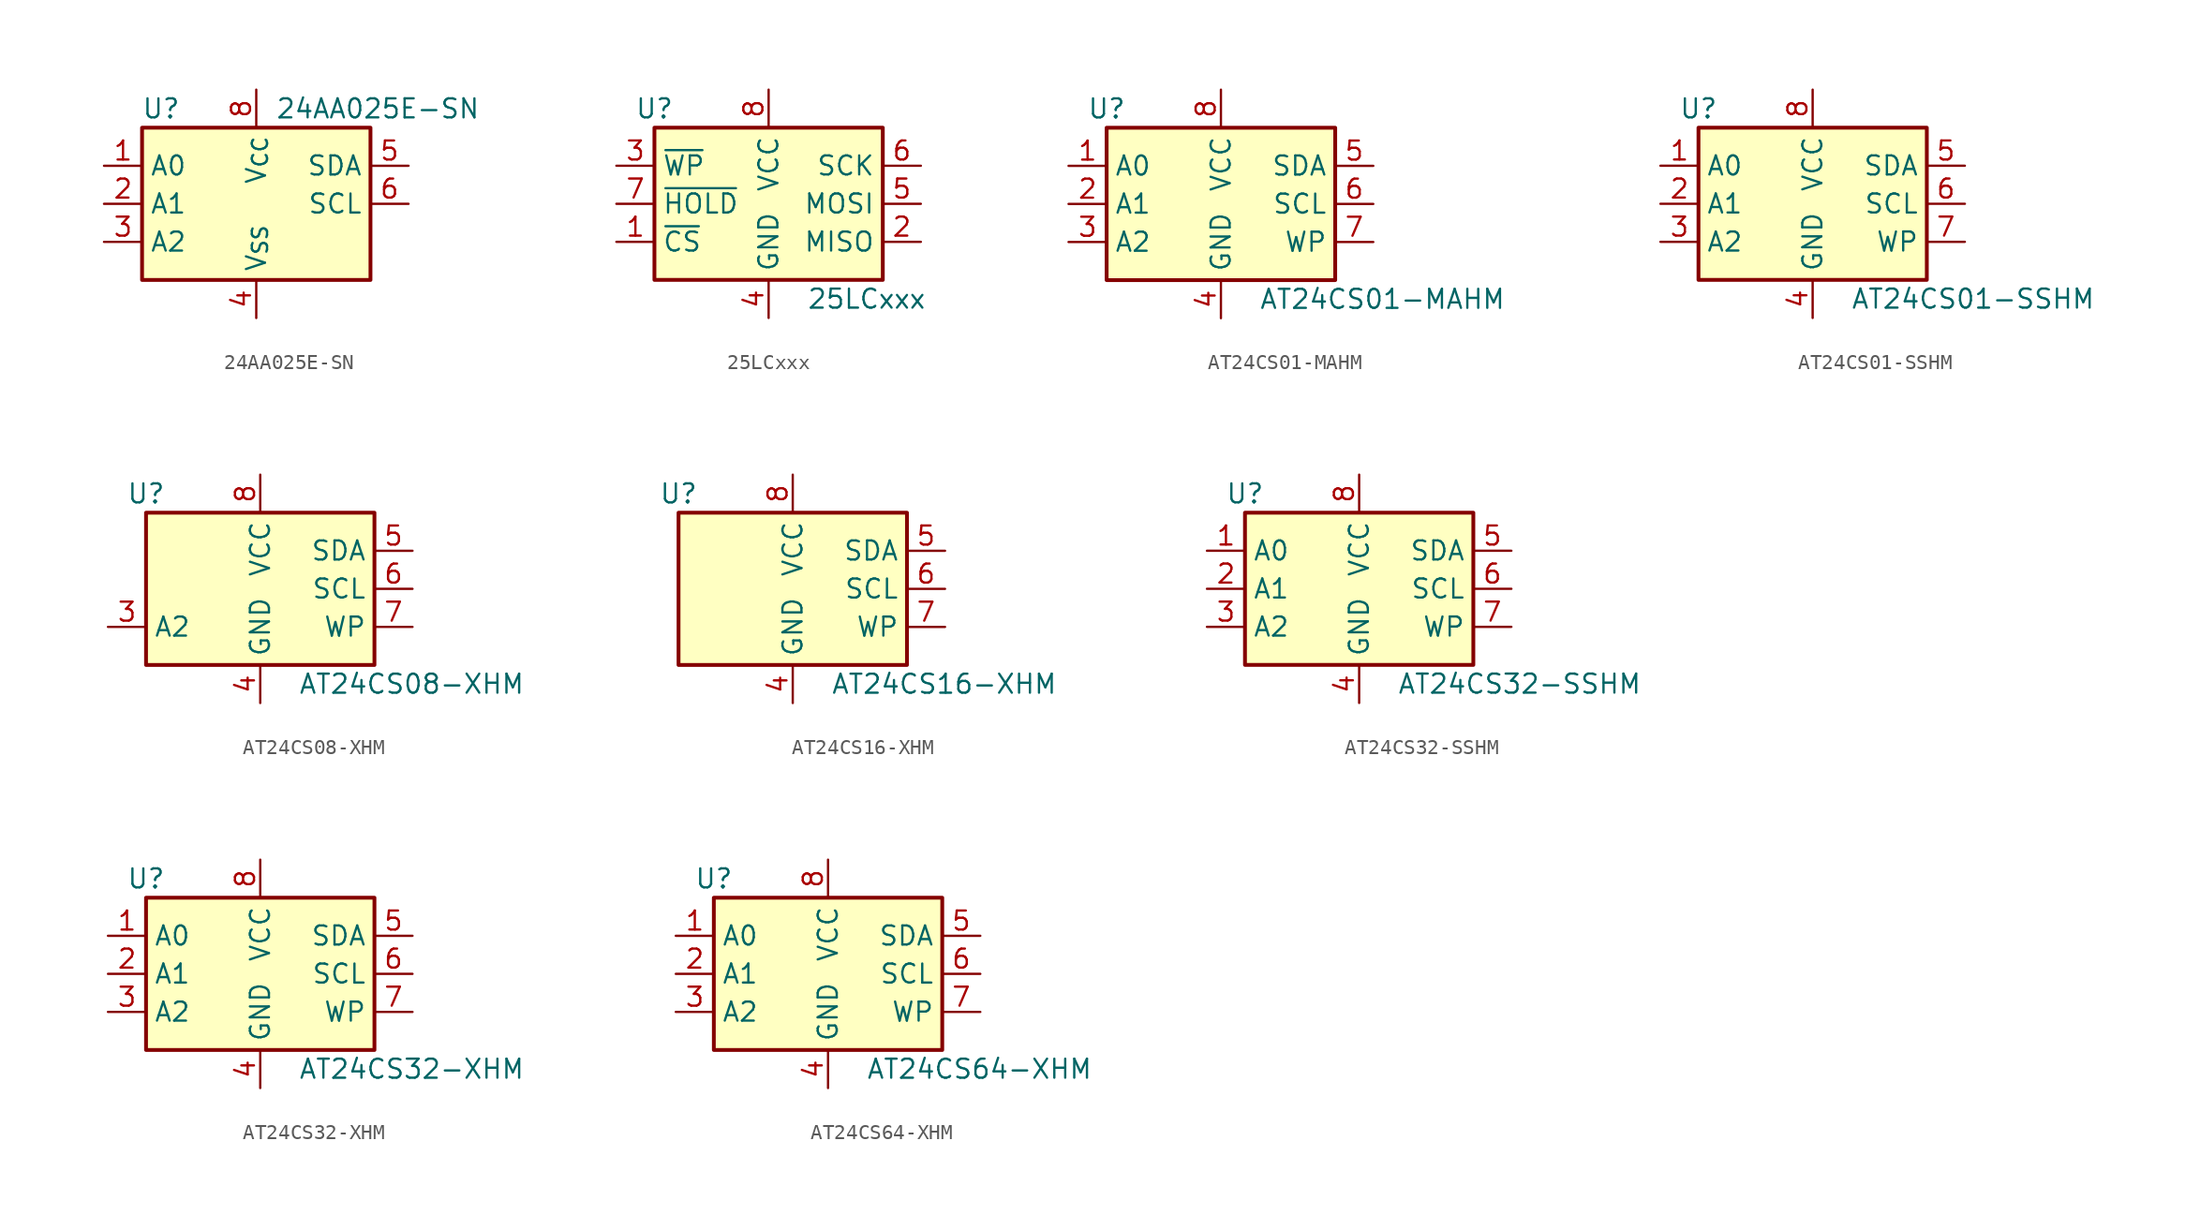
<source format=kicad_sym>
(kicad_symbol_lib
  (version 20241209)
  (generator "kicad_symbol_editor")
  (generator_version "9.0")
  (symbol "24AA025E-SN"
    (property "Reference" "U"
      (at -6.35 6.35 0)
      (effects (font (size 1.27 1.27))))
    (property "Value" "24AA025E-SN"
      (at 1.27 6.35 0)
      (effects (font (size 1.27 1.27)) (justify left)))
    (symbol "24AA025E-SN_1_1"
      (rectangle (start -7.62 5.08) (end 7.62 -5.08) (stroke (width 0.254) (type default)) (fill (type background)))
      (pin input line (at -10.16 2.54 0) (length 2.54) (name "A0" (effects (font (size 1.27 1.27)))) (number "1" (effects (font (size 1.27 1.27)))))
      (pin input line (at -10.16 0 0) (length 2.54) (name "A1" (effects (font (size 1.27 1.27)))) (number "2" (effects (font (size 1.27 1.27)))))
      (pin input line (at -10.16 -2.54 0) (length 2.54) (name "A2" (effects (font (size 1.27 1.27)))) (number "3" (effects (font (size 1.27 1.27)))))
      (pin power_in line (at 0 7.62 270) (length 2.54) (name "V_{CC}" (effects (font (size 1.27 1.27)))) (number "8" (effects (font (size 1.27 1.27)))))
      (pin power_in line (at 0 -7.62 90) (length 2.54) (name "V_{SS}" (effects (font (size 1.27 1.27)))) (number "4" (effects (font (size 1.27 1.27)))))
      (pin bidirectional line (at 10.16 2.54 180) (length 2.54) (name "SDA" (effects (font (size 1.27 1.27)))) (number "5" (effects (font (size 1.27 1.27)))))
      (pin input line (at 10.16 0 180) (length 2.54) (name "SCL" (effects (font (size 1.27 1.27)))) (number "6" (effects (font (size 1.27 1.27)))))
      (pin no_connect line (at 10.16 -2.54 180) (length 2.54) (hide yes) (name "NC" (effects (font (size 1.27 1.27)))) (number "7" (effects (font (size 1.27 1.27)))))))
  (symbol "25LCxxx"
    (property "Reference" "U"
      (at -7.62 6.35 0)
      (effects (font (size 1.27 1.27))))
    (property "Value" "25LCxxx"
      (at 2.54 -6.35 0)
      (effects (font (size 1.27 1.27)) (justify left)))
    (symbol "25LCxxx_1_1"
      (rectangle (start -7.62 5.08) (end 7.62 -5.08) (stroke (width 0.254) (type default)) (fill (type background)))
      (pin input line (at -10.16 2.54 0) (length 2.54) (name "~{WP}" (effects (font (size 1.27 1.27)))) (number "3" (effects (font (size 1.27 1.27)))))
      (pin input line (at -10.16 0 0) (length 2.54) (name "~{HOLD}" (effects (font (size 1.27 1.27)))) (number "7" (effects (font (size 1.27 1.27)))))
      (pin input line (at -10.16 -2.54 0) (length 2.54) (name "~{CS}" (effects (font (size 1.27 1.27)))) (number "1" (effects (font (size 1.27 1.27)))))
      (pin power_in line (at 0 7.62 270) (length 2.54) (name "VCC" (effects (font (size 1.27 1.27)))) (number "8" (effects (font (size 1.27 1.27)))))
      (pin power_in line (at 0 -7.62 90) (length 2.54) (name "GND" (effects (font (size 1.27 1.27)))) (number "4" (effects (font (size 1.27 1.27)))))
      (pin input line (at 10.16 2.54 180) (length 2.54) (name "SCK" (effects (font (size 1.27 1.27)))) (number "6" (effects (font (size 1.27 1.27)))))
      (pin input line (at 10.16 0 180) (length 2.54) (name "MOSI" (effects (font (size 1.27 1.27)))) (number "5" (effects (font (size 1.27 1.27)))))
      (pin tri_state line (at 10.16 -2.54 180) (length 2.54) (name "MISO" (effects (font (size 1.27 1.27)))) (number "2" (effects (font (size 1.27 1.27)))))))
  (symbol "AT24CS01-MAHM"
    (property "Reference" "U"
      (at -7.62 6.35 0)
      (effects (font (size 1.27 1.27))))
    (property "Value" "AT24CS01-MAHM"
      (at 2.54 -6.35 0)
      (effects (font (size 1.27 1.27)) (justify left)))
    (symbol "AT24CS01-MAHM_1_1"
      (rectangle (start -7.62 5.08) (end 7.62 -5.08) (stroke (width 0.254) (type default)) (fill (type background)))
      (pin input line (at -10.16 2.54 0) (length 2.54) (name "A0" (effects (font (size 1.27 1.27)))) (number "1" (effects (font (size 1.27 1.27)))))
      (pin input line (at -10.16 0 0) (length 2.54) (name "A1" (effects (font (size 1.27 1.27)))) (number "2" (effects (font (size 1.27 1.27)))))
      (pin input line (at -10.16 -2.54 0) (length 2.54) (name "A2" (effects (font (size 1.27 1.27)))) (number "3" (effects (font (size 1.27 1.27)))))
      (pin power_in line (at 0 7.62 270) (length 2.54) (name "VCC" (effects (font (size 1.27 1.27)))) (number "8" (effects (font (size 1.27 1.27)))))
      (pin power_in line (at 0 -7.62 90) (length 2.54) (name "GND" (effects (font (size 1.27 1.27)))) (number "4" (effects (font (size 1.27 1.27)))))
      (pin passive line (at 0 -7.62 90) (length 2.54) (hide yes) (name "GND" (effects (font (size 1.27 1.27)))) (number "9" (effects (font (size 1.27 1.27)))))
      (pin bidirectional line (at 10.16 2.54 180) (length 2.54) (name "SDA" (effects (font (size 1.27 1.27)))) (number "5" (effects (font (size 1.27 1.27)))))
      (pin input line (at 10.16 0 180) (length 2.54) (name "SCL" (effects (font (size 1.27 1.27)))) (number "6" (effects (font (size 1.27 1.27)))))
      (pin input line (at 10.16 -2.54 180) (length 2.54) (name "WP" (effects (font (size 1.27 1.27)))) (number "7" (effects (font (size 1.27 1.27)))))))
  (symbol "AT24CS01-SSHM"
    (property "Reference" "U"
      (at -7.62 6.35 0)
      (effects (font (size 1.27 1.27))))
    (property "Value" "AT24CS01-SSHM"
      (at 2.54 -6.35 0)
      (effects (font (size 1.27 1.27)) (justify left)))
    (symbol "AT24CS01-SSHM_1_1"
      (rectangle (start -7.62 5.08) (end 7.62 -5.08) (stroke (width 0.254) (type default)) (fill (type background)))
      (pin input line (at -10.16 2.54 0) (length 2.54) (name "A0" (effects (font (size 1.27 1.27)))) (number "1" (effects (font (size 1.27 1.27)))))
      (pin input line (at -10.16 0 0) (length 2.54) (name "A1" (effects (font (size 1.27 1.27)))) (number "2" (effects (font (size 1.27 1.27)))))
      (pin input line (at -10.16 -2.54 0) (length 2.54) (name "A2" (effects (font (size 1.27 1.27)))) (number "3" (effects (font (size 1.27 1.27)))))
      (pin power_in line (at 0 7.62 270) (length 2.54) (name "VCC" (effects (font (size 1.27 1.27)))) (number "8" (effects (font (size 1.27 1.27)))))
      (pin power_in line (at 0 -7.62 90) (length 2.54) (name "GND" (effects (font (size 1.27 1.27)))) (number "4" (effects (font (size 1.27 1.27)))))
      (pin bidirectional line (at 10.16 2.54 180) (length 2.54) (name "SDA" (effects (font (size 1.27 1.27)))) (number "5" (effects (font (size 1.27 1.27)))))
      (pin input line (at 10.16 0 180) (length 2.54) (name "SCL" (effects (font (size 1.27 1.27)))) (number "6" (effects (font (size 1.27 1.27)))))
      (pin input line (at 10.16 -2.54 180) (length 2.54) (name "WP" (effects (font (size 1.27 1.27)))) (number "7" (effects (font (size 1.27 1.27)))))))
  (symbol "AT24CS08-XHM"
    (property "Reference" "U"
      (at -7.62 6.35 0)
      (effects (font (size 1.27 1.27))))
    (property "Value" "AT24CS08-XHM"
      (at 2.54 -6.35 0)
      (effects (font (size 1.27 1.27)) (justify left)))
    (symbol "AT24CS08-XHM_1_1"
      (rectangle (start -7.62 5.08) (end 7.62 -5.08) (stroke (width 0.254) (type default)) (fill (type background)))
      (pin input line (at -10.16 -2.54 0) (length 2.54) (name "A2" (effects (font (size 1.27 1.27)))) (number "3" (effects (font (size 1.27 1.27)))))
      (pin no_connect line (at -7.62 2.54 0) (length 2.54) (hide yes) (name "NC" (effects (font (size 1.27 1.27)))) (number "1" (effects (font (size 1.27 1.27)))))
      (pin no_connect line (at -7.62 0 0) (length 2.54) (hide yes) (name "NC" (effects (font (size 1.27 1.27)))) (number "2" (effects (font (size 1.27 1.27)))))
      (pin power_in line (at 0 7.62 270) (length 2.54) (name "VCC" (effects (font (size 1.27 1.27)))) (number "8" (effects (font (size 1.27 1.27)))))
      (pin power_in line (at 0 -7.62 90) (length 2.54) (name "GND" (effects (font (size 1.27 1.27)))) (number "4" (effects (font (size 1.27 1.27)))))
      (pin bidirectional line (at 10.16 2.54 180) (length 2.54) (name "SDA" (effects (font (size 1.27 1.27)))) (number "5" (effects (font (size 1.27 1.27)))))
      (pin input line (at 10.16 0 180) (length 2.54) (name "SCL" (effects (font (size 1.27 1.27)))) (number "6" (effects (font (size 1.27 1.27)))))
      (pin input line (at 10.16 -2.54 180) (length 2.54) (name "WP" (effects (font (size 1.27 1.27)))) (number "7" (effects (font (size 1.27 1.27)))))))
  (symbol "AT24CS16-XHM"
    (property "Reference" "U"
      (at -7.62 6.35 0)
      (effects (font (size 1.27 1.27))))
    (property "Value" "AT24CS16-XHM"
      (at 2.54 -6.35 0)
      (effects (font (size 1.27 1.27)) (justify left)))
    (symbol "AT24CS16-XHM_1_1"
      (rectangle (start -7.62 5.08) (end 7.62 -5.08) (stroke (width 0.254) (type default)) (fill (type background)))
      (pin no_connect line (at -7.62 2.54 0) (length 2.54) (hide yes) (name "NC" (effects (font (size 1.27 1.27)))) (number "1" (effects (font (size 1.27 1.27)))))
      (pin no_connect line (at -7.62 0 0) (length 2.54) (hide yes) (name "NC" (effects (font (size 1.27 1.27)))) (number "2" (effects (font (size 1.27 1.27)))))
      (pin no_connect line (at -7.62 -2.54 0) (length 2.54) (hide yes) (name "NC" (effects (font (size 1.27 1.27)))) (number "3" (effects (font (size 1.27 1.27)))))
      (pin power_in line (at 0 7.62 270) (length 2.54) (name "VCC" (effects (font (size 1.27 1.27)))) (number "8" (effects (font (size 1.27 1.27)))))
      (pin power_in line (at 0 -7.62 90) (length 2.54) (name "GND" (effects (font (size 1.27 1.27)))) (number "4" (effects (font (size 1.27 1.27)))))
      (pin bidirectional line (at 10.16 2.54 180) (length 2.54) (name "SDA" (effects (font (size 1.27 1.27)))) (number "5" (effects (font (size 1.27 1.27)))))
      (pin input line (at 10.16 0 180) (length 2.54) (name "SCL" (effects (font (size 1.27 1.27)))) (number "6" (effects (font (size 1.27 1.27)))))
      (pin input line (at 10.16 -2.54 180) (length 2.54) (name "WP" (effects (font (size 1.27 1.27)))) (number "7" (effects (font (size 1.27 1.27)))))))
  (symbol "AT24CS32-SSHM"
    (property "Reference" "U"
      (at -7.62 6.35 0)
      (effects (font (size 1.27 1.27))))
    (property "Value" "AT24CS32-SSHM"
      (at 2.54 -6.35 0)
      (effects (font (size 1.27 1.27)) (justify left)))
    (symbol "AT24CS32-SSHM_1_1"
      (rectangle (start -7.62 5.08) (end 7.62 -5.08) (stroke (width 0.254) (type default)) (fill (type background)))
      (pin input line (at -10.16 2.54 0) (length 2.54) (name "A0" (effects (font (size 1.27 1.27)))) (number "1" (effects (font (size 1.27 1.27)))))
      (pin input line (at -10.16 0 0) (length 2.54) (name "A1" (effects (font (size 1.27 1.27)))) (number "2" (effects (font (size 1.27 1.27)))))
      (pin input line (at -10.16 -2.54 0) (length 2.54) (name "A2" (effects (font (size 1.27 1.27)))) (number "3" (effects (font (size 1.27 1.27)))))
      (pin power_in line (at 0 7.62 270) (length 2.54) (name "VCC" (effects (font (size 1.27 1.27)))) (number "8" (effects (font (size 1.27 1.27)))))
      (pin power_in line (at 0 -7.62 90) (length 2.54) (name "GND" (effects (font (size 1.27 1.27)))) (number "4" (effects (font (size 1.27 1.27)))))
      (pin bidirectional line (at 10.16 2.54 180) (length 2.54) (name "SDA" (effects (font (size 1.27 1.27)))) (number "5" (effects (font (size 1.27 1.27)))))
      (pin input line (at 10.16 0 180) (length 2.54) (name "SCL" (effects (font (size 1.27 1.27)))) (number "6" (effects (font (size 1.27 1.27)))))
      (pin input line (at 10.16 -2.54 180) (length 2.54) (name "WP" (effects (font (size 1.27 1.27)))) (number "7" (effects (font (size 1.27 1.27)))))))
  (symbol "AT24CS32-XHM"
    (property "Reference" "U"
      (at -7.62 6.35 0)
      (effects (font (size 1.27 1.27))))
    (property "Value" "AT24CS32-XHM"
      (at 2.54 -6.35 0)
      (effects (font (size 1.27 1.27)) (justify left)))
    (symbol "AT24CS32-XHM_1_1"
      (rectangle (start -7.62 5.08) (end 7.62 -5.08) (stroke (width 0.254) (type default)) (fill (type background)))
      (pin input line (at -10.16 2.54 0) (length 2.54) (name "A0" (effects (font (size 1.27 1.27)))) (number "1" (effects (font (size 1.27 1.27)))))
      (pin input line (at -10.16 0 0) (length 2.54) (name "A1" (effects (font (size 1.27 1.27)))) (number "2" (effects (font (size 1.27 1.27)))))
      (pin input line (at -10.16 -2.54 0) (length 2.54) (name "A2" (effects (font (size 1.27 1.27)))) (number "3" (effects (font (size 1.27 1.27)))))
      (pin power_in line (at 0 7.62 270) (length 2.54) (name "VCC" (effects (font (size 1.27 1.27)))) (number "8" (effects (font (size 1.27 1.27)))))
      (pin power_in line (at 0 -7.62 90) (length 2.54) (name "GND" (effects (font (size 1.27 1.27)))) (number "4" (effects (font (size 1.27 1.27)))))
      (pin bidirectional line (at 10.16 2.54 180) (length 2.54) (name "SDA" (effects (font (size 1.27 1.27)))) (number "5" (effects (font (size 1.27 1.27)))))
      (pin input line (at 10.16 0 180) (length 2.54) (name "SCL" (effects (font (size 1.27 1.27)))) (number "6" (effects (font (size 1.27 1.27)))))
      (pin input line (at 10.16 -2.54 180) (length 2.54) (name "WP" (effects (font (size 1.27 1.27)))) (number "7" (effects (font (size 1.27 1.27)))))))
  (symbol "AT24CS64-XHM"
    (property "Reference" "U"
      (at -7.62 6.35 0)
      (effects (font (size 1.27 1.27))))
    (property "Value" "AT24CS64-XHM"
      (at 2.54 -6.35 0)
      (effects (font (size 1.27 1.27)) (justify left)))
    (symbol "AT24CS64-XHM_1_1"
      (rectangle (start -7.62 5.08) (end 7.62 -5.08) (stroke (width 0.254) (type default)) (fill (type background)))
      (pin input line (at -10.16 2.54 0) (length 2.54) (name "A0" (effects (font (size 1.27 1.27)))) (number "1" (effects (font (size 1.27 1.27)))))
      (pin input line (at -10.16 0 0) (length 2.54) (name "A1" (effects (font (size 1.27 1.27)))) (number "2" (effects (font (size 1.27 1.27)))))
      (pin input line (at -10.16 -2.54 0) (length 2.54) (name "A2" (effects (font (size 1.27 1.27)))) (number "3" (effects (font (size 1.27 1.27)))))
      (pin power_in line (at 0 7.62 270) (length 2.54) (name "VCC" (effects (font (size 1.27 1.27)))) (number "8" (effects (font (size 1.27 1.27)))))
      (pin power_in line (at 0 -7.62 90) (length 2.54) (name "GND" (effects (font (size 1.27 1.27)))) (number "4" (effects (font (size 1.27 1.27)))))
      (pin bidirectional line (at 10.16 2.54 180) (length 2.54) (name "SDA" (effects (font (size 1.27 1.27)))) (number "5" (effects (font (size 1.27 1.27)))))
      (pin input line (at 10.16 0 180) (length 2.54) (name "SCL" (effects (font (size 1.27 1.27)))) (number "6" (effects (font (size 1.27 1.27)))))
      (pin input line (at 10.16 -2.54 180) (length 2.54) (name "WP" (effects (font (size 1.27 1.27)))) (number "7" (effects (font (size 1.27 1.27))))))))
</source>
